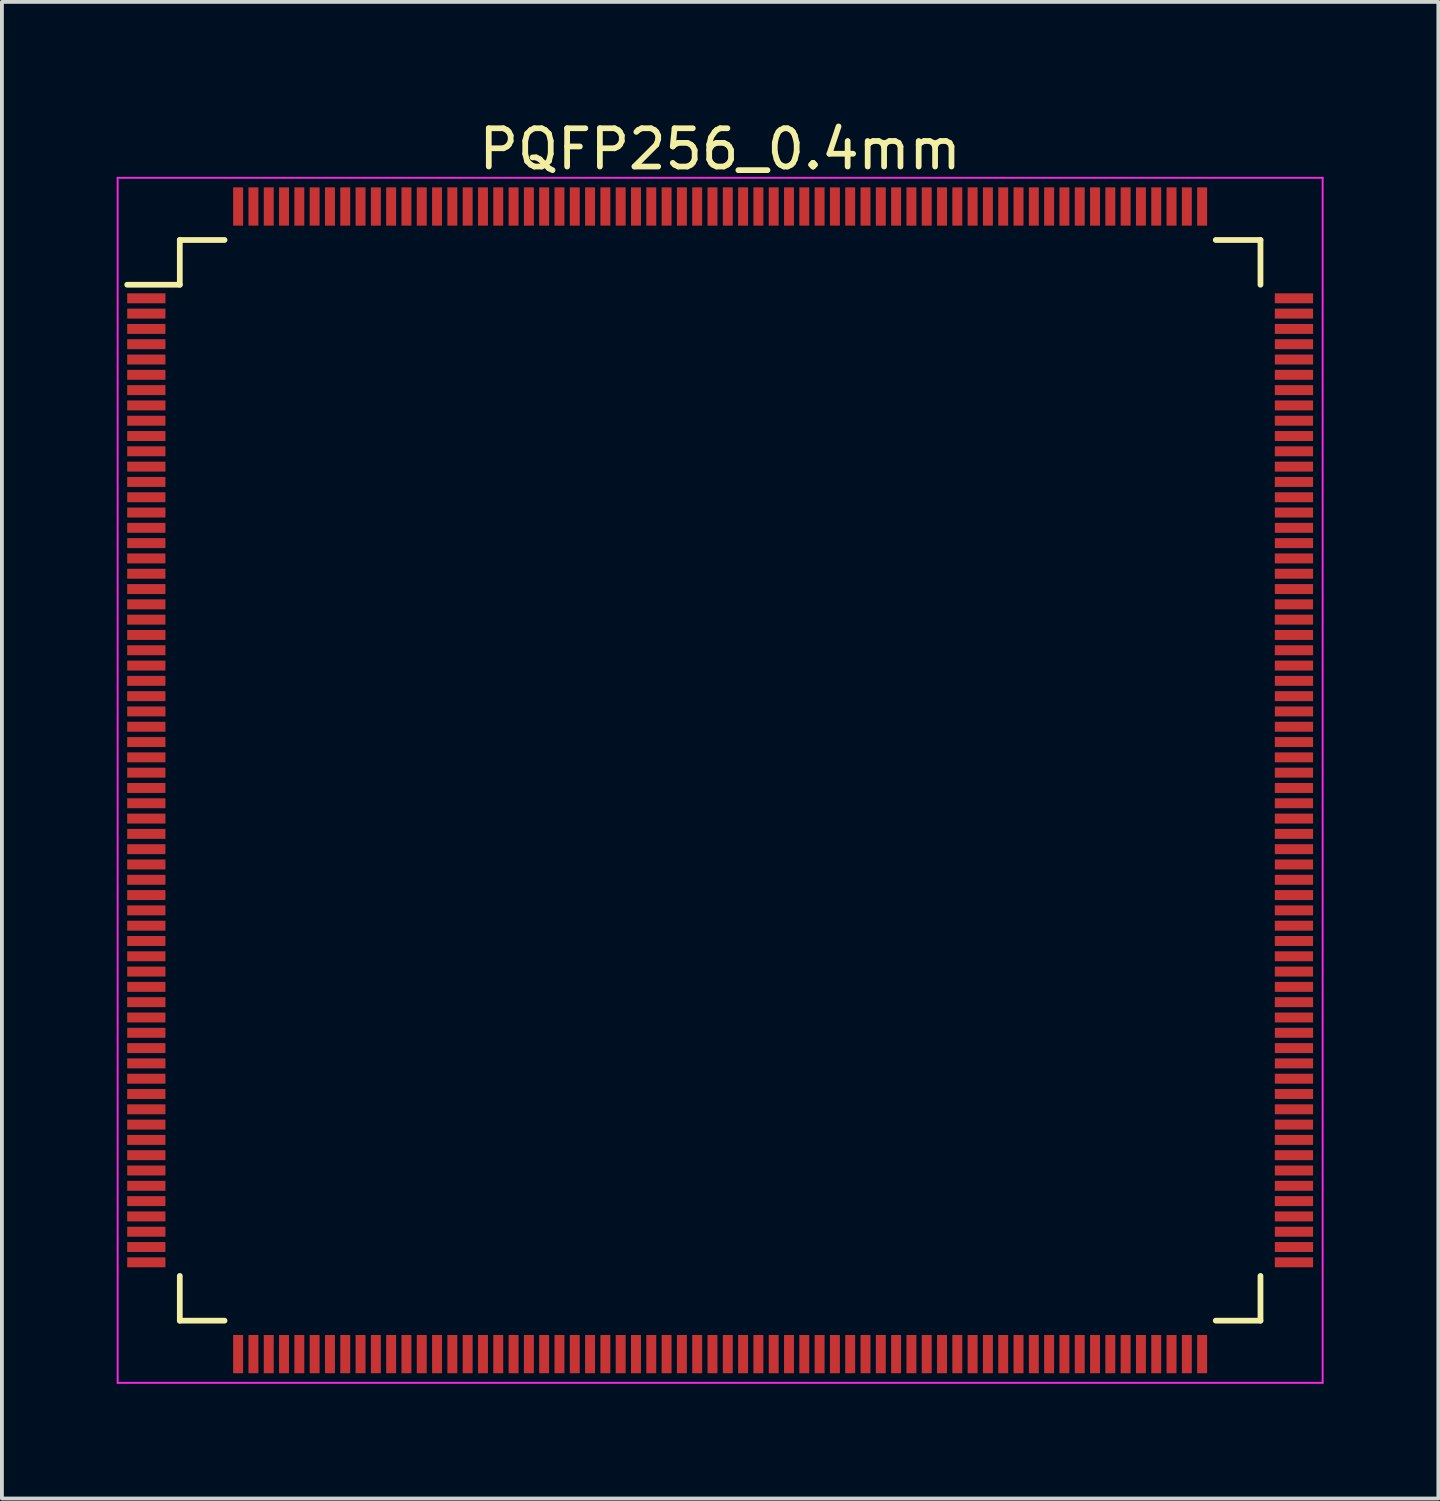
<source format=kicad_pcb>
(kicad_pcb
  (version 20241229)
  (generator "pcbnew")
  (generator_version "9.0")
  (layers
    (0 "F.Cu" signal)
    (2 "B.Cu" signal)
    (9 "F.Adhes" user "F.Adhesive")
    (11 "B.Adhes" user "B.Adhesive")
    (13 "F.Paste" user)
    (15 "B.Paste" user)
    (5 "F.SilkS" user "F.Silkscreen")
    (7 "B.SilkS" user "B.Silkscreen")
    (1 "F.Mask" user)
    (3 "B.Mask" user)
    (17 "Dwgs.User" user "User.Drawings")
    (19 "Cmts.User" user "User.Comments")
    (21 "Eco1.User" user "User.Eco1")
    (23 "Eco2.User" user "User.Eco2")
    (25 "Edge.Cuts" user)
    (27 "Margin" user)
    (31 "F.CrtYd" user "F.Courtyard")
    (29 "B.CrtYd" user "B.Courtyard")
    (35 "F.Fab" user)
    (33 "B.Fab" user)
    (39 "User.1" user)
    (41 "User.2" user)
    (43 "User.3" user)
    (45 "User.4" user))
  (footprint "PQFP256_0.4mm"
    (layer "F.Cu")
    (at 15.775 17.348)
    (property "Reference" "PQFP256_0.4mm" (at 0 -16.5 0) (layer "F.SilkS") (effects (font (size 1 1) (thickness 0.15))))
    (attr smd)
    (fp_line (start -14.125 -14.125) (end -14.125 -12.955) (stroke (width 0.15) (type solid)) (layer "F.SilkS"))
    (fp_line (start -14.125 -14.125) (end -12.955 -14.125) (stroke (width 0.15) (type solid)) (layer "F.SilkS"))
    (fp_line (start -14.125 -12.955) (end -15.5 -12.955) (stroke (width 0.15) (type solid)) (layer "F.SilkS"))
    (fp_line (start -14.125 14.125) (end -14.125 12.955) (stroke (width 0.15) (type solid)) (layer "F.SilkS"))
    (fp_line (start -14.125 14.125) (end -12.955 14.125) (stroke (width 0.15) (type solid)) (layer "F.SilkS"))
    (fp_line (start 14.125 -14.125) (end 12.955 -14.125) (stroke (width 0.15) (type solid)) (layer "F.SilkS"))
    (fp_line (start 14.125 -14.125) (end 14.125 -12.955) (stroke (width 0.15) (type solid)) (layer "F.SilkS"))
    (fp_line (start 14.125 14.125) (end 12.955 14.125) (stroke (width 0.15) (type solid)) (layer "F.SilkS"))
    (fp_line (start 14.125 14.125) (end 14.125 12.955) (stroke (width 0.15) (type solid)) (layer "F.SilkS"))
    (fp_line (start -15.75 -15.75) (end -15.75 15.75) (stroke (width 0.05) (type solid)) (layer "F.CrtYd"))
    (fp_line (start -15.75 -15.75) (end 15.75 -15.75) (stroke (width 0.05) (type solid)) (layer "F.CrtYd"))
    (fp_line (start -15.75 15.75) (end 15.75 15.75) (stroke (width 0.05) (type solid)) (layer "F.CrtYd"))
    (fp_line (start 15.75 -15.75) (end 15.75 15.75) (stroke (width 0.05) (type solid)) (layer "F.CrtYd"))
    (pad "1" smd rect (at -15 -12.6) (size 1 0.26) (layers "F.Cu" "F.Mask" "F.Paste"))
    (pad "2" smd rect (at -15 -12.2) (size 1 0.26) (layers "F.Cu" "F.Mask" "F.Paste"))
    (pad "3" smd rect (at -15 -11.8) (size 1 0.26) (layers "F.Cu" "F.Mask" "F.Paste"))
    (pad "4" smd rect (at -15 -11.4) (size 1 0.26) (layers "F.Cu" "F.Mask" "F.Paste"))
    (pad "5" smd rect (at -15 -11) (size 1 0.26) (layers "F.Cu" "F.Mask" "F.Paste"))
    (pad "6" smd rect (at -15 -10.6) (size 1 0.26) (layers "F.Cu" "F.Mask" "F.Paste"))
    (pad "7" smd rect (at -15 -10.2) (size 1 0.26) (layers "F.Cu" "F.Mask" "F.Paste"))
    (pad "8" smd rect (at -15 -9.8) (size 1 0.26) (layers "F.Cu" "F.Mask" "F.Paste"))
    (pad "9" smd rect (at -15 -9.4) (size 1 0.26) (layers "F.Cu" "F.Mask" "F.Paste"))
    (pad "10" smd rect (at -15 -9) (size 1 0.26) (layers "F.Cu" "F.Mask" "F.Paste"))
    (pad "11" smd rect (at -15 -8.6) (size 1 0.26) (layers "F.Cu" "F.Mask" "F.Paste"))
    (pad "12" smd rect (at -15 -8.2) (size 1 0.26) (layers "F.Cu" "F.Mask" "F.Paste"))
    (pad "13" smd rect (at -15 -7.8) (size 1 0.26) (layers "F.Cu" "F.Mask" "F.Paste"))
    (pad "14" smd rect (at -15 -7.4) (size 1 0.26) (layers "F.Cu" "F.Mask" "F.Paste"))
    (pad "15" smd rect (at -15 -7) (size 1 0.26) (layers "F.Cu" "F.Mask" "F.Paste"))
    (pad "16" smd rect (at -15 -6.6) (size 1 0.26) (layers "F.Cu" "F.Mask" "F.Paste"))
    (pad "17" smd rect (at -15 -6.2) (size 1 0.26) (layers "F.Cu" "F.Mask" "F.Paste"))
    (pad "18" smd rect (at -15 -5.8) (size 1 0.26) (layers "F.Cu" "F.Mask" "F.Paste"))
    (pad "19" smd rect (at -15 -5.4) (size 1 0.26) (layers "F.Cu" "F.Mask" "F.Paste"))
    (pad "20" smd rect (at -15 -5) (size 1 0.26) (layers "F.Cu" "F.Mask" "F.Paste"))
    (pad "21" smd rect (at -15 -4.6) (size 1 0.26) (layers "F.Cu" "F.Mask" "F.Paste"))
    (pad "22" smd rect (at -15 -4.2) (size 1 0.26) (layers "F.Cu" "F.Mask" "F.Paste"))
    (pad "23" smd rect (at -15 -3.8) (size 1 0.26) (layers "F.Cu" "F.Mask" "F.Paste"))
    (pad "24" smd rect (at -15 -3.4) (size 1 0.26) (layers "F.Cu" "F.Mask" "F.Paste"))
    (pad "25" smd rect (at -15 -3) (size 1 0.26) (layers "F.Cu" "F.Mask" "F.Paste"))
    (pad "26" smd rect (at -15 -2.6) (size 1 0.26) (layers "F.Cu" "F.Mask" "F.Paste"))
    (pad "27" smd rect (at -15 -2.2) (size 1 0.26) (layers "F.Cu" "F.Mask" "F.Paste"))
    (pad "28" smd rect (at -15 -1.8) (size 1 0.26) (layers "F.Cu" "F.Mask" "F.Paste"))
    (pad "29" smd rect (at -15 -1.4) (size 1 0.26) (layers "F.Cu" "F.Mask" "F.Paste"))
    (pad "30" smd rect (at -15 -1) (size 1 0.26) (layers "F.Cu" "F.Mask" "F.Paste"))
    (pad "31" smd rect (at -15 -0.6) (size 1 0.26) (layers "F.Cu" "F.Mask" "F.Paste"))
    (pad "32" smd rect (at -15 -0.2) (size 1 0.26) (layers "F.Cu" "F.Mask" "F.Paste"))
    (pad "33" smd rect (at -15 0.2) (size 1 0.26) (layers "F.Cu" "F.Mask" "F.Paste"))
    (pad "34" smd rect (at -15 0.6) (size 1 0.26) (layers "F.Cu" "F.Mask" "F.Paste"))
    (pad "35" smd rect (at -15 1) (size 1 0.26) (layers "F.Cu" "F.Mask" "F.Paste"))
    (pad "36" smd rect (at -15 1.4) (size 1 0.26) (layers "F.Cu" "F.Mask" "F.Paste"))
    (pad "37" smd rect (at -15 1.8) (size 1 0.26) (layers "F.Cu" "F.Mask" "F.Paste"))
    (pad "38" smd rect (at -15 2.2) (size 1 0.26) (layers "F.Cu" "F.Mask" "F.Paste"))
    (pad "39" smd rect (at -15 2.6) (size 1 0.26) (layers "F.Cu" "F.Mask" "F.Paste"))
    (pad "40" smd rect (at -15 3) (size 1 0.26) (layers "F.Cu" "F.Mask" "F.Paste"))
    (pad "41" smd rect (at -15 3.4) (size 1 0.26) (layers "F.Cu" "F.Mask" "F.Paste"))
    (pad "42" smd rect (at -15 3.8) (size 1 0.26) (layers "F.Cu" "F.Mask" "F.Paste"))
    (pad "43" smd rect (at -15 4.2) (size 1 0.26) (layers "F.Cu" "F.Mask" "F.Paste"))
    (pad "44" smd rect (at -15 4.6) (size 1 0.26) (layers "F.Cu" "F.Mask" "F.Paste"))
    (pad "45" smd rect (at -15 5) (size 1 0.26) (layers "F.Cu" "F.Mask" "F.Paste"))
    (pad "46" smd rect (at -15 5.4) (size 1 0.26) (layers "F.Cu" "F.Mask" "F.Paste"))
    (pad "47" smd rect (at -15 5.8) (size 1 0.26) (layers "F.Cu" "F.Mask" "F.Paste"))
    (pad "48" smd rect (at -15 6.2) (size 1 0.26) (layers "F.Cu" "F.Mask" "F.Paste"))
    (pad "49" smd rect (at -15 6.6) (size 1 0.26) (layers "F.Cu" "F.Mask" "F.Paste"))
    (pad "50" smd rect (at -15 7) (size 1 0.26) (layers "F.Cu" "F.Mask" "F.Paste"))
    (pad "51" smd rect (at -15 7.4) (size 1 0.26) (layers "F.Cu" "F.Mask" "F.Paste"))
    (pad "52" smd rect (at -15 7.8) (size 1 0.26) (layers "F.Cu" "F.Mask" "F.Paste"))
    (pad "53" smd rect (at -15 8.2) (size 1 0.26) (layers "F.Cu" "F.Mask" "F.Paste"))
    (pad "54" smd rect (at -15 8.6) (size 1 0.26) (layers "F.Cu" "F.Mask" "F.Paste"))
    (pad "55" smd rect (at -15 9) (size 1 0.26) (layers "F.Cu" "F.Mask" "F.Paste"))
    (pad "56" smd rect (at -15 9.4) (size 1 0.26) (layers "F.Cu" "F.Mask" "F.Paste"))
    (pad "57" smd rect (at -15 9.8) (size 1 0.26) (layers "F.Cu" "F.Mask" "F.Paste"))
    (pad "58" smd rect (at -15 10.2) (size 1 0.26) (layers "F.Cu" "F.Mask" "F.Paste"))
    (pad "59" smd rect (at -15 10.6) (size 1 0.26) (layers "F.Cu" "F.Mask" "F.Paste"))
    (pad "60" smd rect (at -15 11) (size 1 0.26) (layers "F.Cu" "F.Mask" "F.Paste"))
    (pad "61" smd rect (at -15 11.4) (size 1 0.26) (layers "F.Cu" "F.Mask" "F.Paste"))
    (pad "62" smd rect (at -15 11.8) (size 1 0.26) (layers "F.Cu" "F.Mask" "F.Paste"))
    (pad "63" smd rect (at -15 12.2) (size 1 0.26) (layers "F.Cu" "F.Mask" "F.Paste"))
    (pad "64" smd rect (at -15 12.6) (size 1 0.26) (layers "F.Cu" "F.Mask" "F.Paste"))
    (pad "65" smd rect (at -12.6 15 90) (size 1 0.26) (layers "F.Cu" "F.Mask" "F.Paste"))
    (pad "66" smd rect (at -12.2 15 90) (size 1 0.26) (layers "F.Cu" "F.Mask" "F.Paste"))
    (pad "67" smd rect (at -11.8 15 90) (size 1 0.26) (layers "F.Cu" "F.Mask" "F.Paste"))
    (pad "68" smd rect (at -11.4 15 90) (size 1 0.26) (layers "F.Cu" "F.Mask" "F.Paste"))
    (pad "69" smd rect (at -11 15 90) (size 1 0.26) (layers "F.Cu" "F.Mask" "F.Paste"))
    (pad "70" smd rect (at -10.6 15 90) (size 1 0.26) (layers "F.Cu" "F.Mask" "F.Paste"))
    (pad "71" smd rect (at -10.2 15 90) (size 1 0.26) (layers "F.Cu" "F.Mask" "F.Paste"))
    (pad "72" smd rect (at -9.8 15 90) (size 1 0.26) (layers "F.Cu" "F.Mask" "F.Paste"))
    (pad "73" smd rect (at -9.4 15 90) (size 1 0.26) (layers "F.Cu" "F.Mask" "F.Paste"))
    (pad "74" smd rect (at -9 15 90) (size 1 0.26) (layers "F.Cu" "F.Mask" "F.Paste"))
    (pad "75" smd rect (at -8.6 15 90) (size 1 0.26) (layers "F.Cu" "F.Mask" "F.Paste"))
    (pad "76" smd rect (at -8.2 15 90) (size 1 0.26) (layers "F.Cu" "F.Mask" "F.Paste"))
    (pad "77" smd rect (at -7.8 15 90) (size 1 0.26) (layers "F.Cu" "F.Mask" "F.Paste"))
    (pad "78" smd rect (at -7.4 15 90) (size 1 0.26) (layers "F.Cu" "F.Mask" "F.Paste"))
    (pad "79" smd rect (at -7 15 90) (size 1 0.26) (layers "F.Cu" "F.Mask" "F.Paste"))
    (pad "80" smd rect (at -6.6 15 90) (size 1 0.26) (layers "F.Cu" "F.Mask" "F.Paste"))
    (pad "81" smd rect (at -6.2 15 90) (size 1 0.26) (layers "F.Cu" "F.Mask" "F.Paste"))
    (pad "82" smd rect (at -5.8 15 90) (size 1 0.26) (layers "F.Cu" "F.Mask" "F.Paste"))
    (pad "83" smd rect (at -5.4 15 90) (size 1 0.26) (layers "F.Cu" "F.Mask" "F.Paste"))
    (pad "84" smd rect (at -5 15 90) (size 1 0.26) (layers "F.Cu" "F.Mask" "F.Paste"))
    (pad "85" smd rect (at -4.6 15 90) (size 1 0.26) (layers "F.Cu" "F.Mask" "F.Paste"))
    (pad "86" smd rect (at -4.2 15 90) (size 1 0.26) (layers "F.Cu" "F.Mask" "F.Paste"))
    (pad "87" smd rect (at -3.8 15 90) (size 1 0.26) (layers "F.Cu" "F.Mask" "F.Paste"))
    (pad "88" smd rect (at -3.4 15 90) (size 1 0.26) (layers "F.Cu" "F.Mask" "F.Paste"))
    (pad "89" smd rect (at -3 15 90) (size 1 0.26) (layers "F.Cu" "F.Mask" "F.Paste"))
    (pad "90" smd rect (at -2.6 15 90) (size 1 0.26) (layers "F.Cu" "F.Mask" "F.Paste"))
    (pad "91" smd rect (at -2.2 15 90) (size 1 0.26) (layers "F.Cu" "F.Mask" "F.Paste"))
    (pad "92" smd rect (at -1.8 15 90) (size 1 0.26) (layers "F.Cu" "F.Mask" "F.Paste"))
    (pad "93" smd rect (at -1.4 15 90) (size 1 0.26) (layers "F.Cu" "F.Mask" "F.Paste"))
    (pad "94" smd rect (at -1 15 90) (size 1 0.26) (layers "F.Cu" "F.Mask" "F.Paste"))
    (pad "95" smd rect (at -0.6 15 90) (size 1 0.26) (layers "F.Cu" "F.Mask" "F.Paste"))
    (pad "96" smd rect (at -0.2 15 90) (size 1 0.26) (layers "F.Cu" "F.Mask" "F.Paste"))
    (pad "97" smd rect (at 0.2 15 90) (size 1 0.26) (layers "F.Cu" "F.Mask" "F.Paste"))
    (pad "98" smd rect (at 0.6 15 90) (size 1 0.26) (layers "F.Cu" "F.Mask" "F.Paste"))
    (pad "99" smd rect (at 1 15 90) (size 1 0.26) (layers "F.Cu" "F.Mask" "F.Paste"))
    (pad "100" smd rect (at 1.4 15 90) (size 1 0.26) (layers "F.Cu" "F.Mask" "F.Paste"))
    (pad "101" smd rect (at 1.8 15 90) (size 1 0.26) (layers "F.Cu" "F.Mask" "F.Paste"))
    (pad "102" smd rect (at 2.2 15 90) (size 1 0.26) (layers "F.Cu" "F.Mask" "F.Paste"))
    (pad "103" smd rect (at 2.6 15 90) (size 1 0.26) (layers "F.Cu" "F.Mask" "F.Paste"))
    (pad "104" smd rect (at 3 15 90) (size 1 0.26) (layers "F.Cu" "F.Mask" "F.Paste"))
    (pad "105" smd rect (at 3.4 15 90) (size 1 0.26) (layers "F.Cu" "F.Mask" "F.Paste"))
    (pad "106" smd rect (at 3.8 15 90) (size 1 0.26) (layers "F.Cu" "F.Mask" "F.Paste"))
    (pad "107" smd rect (at 4.2 15 90) (size 1 0.26) (layers "F.Cu" "F.Mask" "F.Paste"))
    (pad "108" smd rect (at 4.6 15 90) (size 1 0.26) (layers "F.Cu" "F.Mask" "F.Paste"))
    (pad "109" smd rect (at 5 15 90) (size 1 0.26) (layers "F.Cu" "F.Mask" "F.Paste"))
    (pad "110" smd rect (at 5.4 15 90) (size 1 0.26) (layers "F.Cu" "F.Mask" "F.Paste"))
    (pad "111" smd rect (at 5.8 15 90) (size 1 0.26) (layers "F.Cu" "F.Mask" "F.Paste"))
    (pad "112" smd rect (at 6.2 15 90) (size 1 0.26) (layers "F.Cu" "F.Mask" "F.Paste"))
    (pad "113" smd rect (at 6.6 15 90) (size 1 0.26) (layers "F.Cu" "F.Mask" "F.Paste"))
    (pad "114" smd rect (at 7 15 90) (size 1 0.26) (layers "F.Cu" "F.Mask" "F.Paste"))
    (pad "115" smd rect (at 7.4 15 90) (size 1 0.26) (layers "F.Cu" "F.Mask" "F.Paste"))
    (pad "116" smd rect (at 7.8 15 90) (size 1 0.26) (layers "F.Cu" "F.Mask" "F.Paste"))
    (pad "117" smd rect (at 8.2 15 90) (size 1 0.26) (layers "F.Cu" "F.Mask" "F.Paste"))
    (pad "118" smd rect (at 8.6 15 90) (size 1 0.26) (layers "F.Cu" "F.Mask" "F.Paste"))
    (pad "119" smd rect (at 9 15 90) (size 1 0.26) (layers "F.Cu" "F.Mask" "F.Paste"))
    (pad "120" smd rect (at 9.4 15 90) (size 1 0.26) (layers "F.Cu" "F.Mask" "F.Paste"))
    (pad "121" smd rect (at 9.8 15 90) (size 1 0.26) (layers "F.Cu" "F.Mask" "F.Paste"))
    (pad "122" smd rect (at 10.2 15 90) (size 1 0.26) (layers "F.Cu" "F.Mask" "F.Paste"))
    (pad "123" smd rect (at 10.6 15 90) (size 1 0.26) (layers "F.Cu" "F.Mask" "F.Paste"))
    (pad "124" smd rect (at 11 15 90) (size 1 0.26) (layers "F.Cu" "F.Mask" "F.Paste"))
    (pad "125" smd rect (at 11.4 15 90) (size 1 0.26) (layers "F.Cu" "F.Mask" "F.Paste"))
    (pad "126" smd rect (at 11.8 15 90) (size 1 0.26) (layers "F.Cu" "F.Mask" "F.Paste"))
    (pad "127" smd rect (at 12.2 15 90) (size 1 0.26) (layers "F.Cu" "F.Mask" "F.Paste"))
    (pad "128" smd rect (at 12.6 15 90) (size 1 0.26) (layers "F.Cu" "F.Mask" "F.Paste"))
    (pad "129" smd rect (at 15 12.6) (size 1 0.26) (layers "F.Cu" "F.Mask" "F.Paste"))
    (pad "130" smd rect (at 15 12.2) (size 1 0.26) (layers "F.Cu" "F.Mask" "F.Paste"))
    (pad "131" smd rect (at 15 11.8) (size 1 0.26) (layers "F.Cu" "F.Mask" "F.Paste"))
    (pad "132" smd rect (at 15 11.4) (size 1 0.26) (layers "F.Cu" "F.Mask" "F.Paste"))
    (pad "133" smd rect (at 15 11) (size 1 0.26) (layers "F.Cu" "F.Mask" "F.Paste"))
    (pad "134" smd rect (at 15 10.6) (size 1 0.26) (layers "F.Cu" "F.Mask" "F.Paste"))
    (pad "135" smd rect (at 15 10.2) (size 1 0.26) (layers "F.Cu" "F.Mask" "F.Paste"))
    (pad "136" smd rect (at 15 9.8) (size 1 0.26) (layers "F.Cu" "F.Mask" "F.Paste"))
    (pad "137" smd rect (at 15 9.4) (size 1 0.26) (layers "F.Cu" "F.Mask" "F.Paste"))
    (pad "138" smd rect (at 15 9) (size 1 0.26) (layers "F.Cu" "F.Mask" "F.Paste"))
    (pad "139" smd rect (at 15 8.6) (size 1 0.26) (layers "F.Cu" "F.Mask" "F.Paste"))
    (pad "140" smd rect (at 15 8.2) (size 1 0.26) (layers "F.Cu" "F.Mask" "F.Paste"))
    (pad "141" smd rect (at 15 7.8) (size 1 0.26) (layers "F.Cu" "F.Mask" "F.Paste"))
    (pad "142" smd rect (at 15 7.4) (size 1 0.26) (layers "F.Cu" "F.Mask" "F.Paste"))
    (pad "143" smd rect (at 15 7) (size 1 0.26) (layers "F.Cu" "F.Mask" "F.Paste"))
    (pad "144" smd rect (at 15 6.6) (size 1 0.26) (layers "F.Cu" "F.Mask" "F.Paste"))
    (pad "145" smd rect (at 15 6.2) (size 1 0.26) (layers "F.Cu" "F.Mask" "F.Paste"))
    (pad "146" smd rect (at 15 5.8) (size 1 0.26) (layers "F.Cu" "F.Mask" "F.Paste"))
    (pad "147" smd rect (at 15 5.4) (size 1 0.26) (layers "F.Cu" "F.Mask" "F.Paste"))
    (pad "148" smd rect (at 15 5) (size 1 0.26) (layers "F.Cu" "F.Mask" "F.Paste"))
    (pad "149" smd rect (at 15 4.6) (size 1 0.26) (layers "F.Cu" "F.Mask" "F.Paste"))
    (pad "150" smd rect (at 15 4.2) (size 1 0.26) (layers "F.Cu" "F.Mask" "F.Paste"))
    (pad "151" smd rect (at 15 3.8) (size 1 0.26) (layers "F.Cu" "F.Mask" "F.Paste"))
    (pad "152" smd rect (at 15 3.4) (size 1 0.26) (layers "F.Cu" "F.Mask" "F.Paste"))
    (pad "153" smd rect (at 15 3) (size 1 0.26) (layers "F.Cu" "F.Mask" "F.Paste"))
    (pad "154" smd rect (at 15 2.6) (size 1 0.26) (layers "F.Cu" "F.Mask" "F.Paste"))
    (pad "155" smd rect (at 15 2.2) (size 1 0.26) (layers "F.Cu" "F.Mask" "F.Paste"))
    (pad "156" smd rect (at 15 1.8) (size 1 0.26) (layers "F.Cu" "F.Mask" "F.Paste"))
    (pad "157" smd rect (at 15 1.4) (size 1 0.26) (layers "F.Cu" "F.Mask" "F.Paste"))
    (pad "158" smd rect (at 15 1) (size 1 0.26) (layers "F.Cu" "F.Mask" "F.Paste"))
    (pad "159" smd rect (at 15 0.6) (size 1 0.26) (layers "F.Cu" "F.Mask" "F.Paste"))
    (pad "160" smd rect (at 15 0.2) (size 1 0.26) (layers "F.Cu" "F.Mask" "F.Paste"))
    (pad "161" smd rect (at 15 -0.2) (size 1 0.26) (layers "F.Cu" "F.Mask" "F.Paste"))
    (pad "162" smd rect (at 15 -0.6) (size 1 0.26) (layers "F.Cu" "F.Mask" "F.Paste"))
    (pad "163" smd rect (at 15 -1) (size 1 0.26) (layers "F.Cu" "F.Mask" "F.Paste"))
    (pad "164" smd rect (at 15 -1.4) (size 1 0.26) (layers "F.Cu" "F.Mask" "F.Paste"))
    (pad "165" smd rect (at 15 -1.8) (size 1 0.26) (layers "F.Cu" "F.Mask" "F.Paste"))
    (pad "166" smd rect (at 15 -2.2) (size 1 0.26) (layers "F.Cu" "F.Mask" "F.Paste"))
    (pad "167" smd rect (at 15 -2.6) (size 1 0.26) (layers "F.Cu" "F.Mask" "F.Paste"))
    (pad "168" smd rect (at 15 -3) (size 1 0.26) (layers "F.Cu" "F.Mask" "F.Paste"))
    (pad "169" smd rect (at 15 -3.4) (size 1 0.26) (layers "F.Cu" "F.Mask" "F.Paste"))
    (pad "170" smd rect (at 15 -3.8) (size 1 0.26) (layers "F.Cu" "F.Mask" "F.Paste"))
    (pad "171" smd rect (at 15 -4.2) (size 1 0.26) (layers "F.Cu" "F.Mask" "F.Paste"))
    (pad "172" smd rect (at 15 -4.6) (size 1 0.26) (layers "F.Cu" "F.Mask" "F.Paste"))
    (pad "173" smd rect (at 15 -5) (size 1 0.26) (layers "F.Cu" "F.Mask" "F.Paste"))
    (pad "174" smd rect (at 15 -5.4) (size 1 0.26) (layers "F.Cu" "F.Mask" "F.Paste"))
    (pad "175" smd rect (at 15 -5.8) (size 1 0.26) (layers "F.Cu" "F.Mask" "F.Paste"))
    (pad "176" smd rect (at 15 -6.2) (size 1 0.26) (layers "F.Cu" "F.Mask" "F.Paste"))
    (pad "177" smd rect (at 15 -6.6) (size 1 0.26) (layers "F.Cu" "F.Mask" "F.Paste"))
    (pad "178" smd rect (at 15 -7) (size 1 0.26) (layers "F.Cu" "F.Mask" "F.Paste"))
    (pad "179" smd rect (at 15 -7.4) (size 1 0.26) (layers "F.Cu" "F.Mask" "F.Paste"))
    (pad "180" smd rect (at 15 -7.8) (size 1 0.26) (layers "F.Cu" "F.Mask" "F.Paste"))
    (pad "181" smd rect (at 15 -8.2) (size 1 0.26) (layers "F.Cu" "F.Mask" "F.Paste"))
    (pad "182" smd rect (at 15 -8.6) (size 1 0.26) (layers "F.Cu" "F.Mask" "F.Paste"))
    (pad "183" smd rect (at 15 -9) (size 1 0.26) (layers "F.Cu" "F.Mask" "F.Paste"))
    (pad "184" smd rect (at 15 -9.4) (size 1 0.26) (layers "F.Cu" "F.Mask" "F.Paste"))
    (pad "185" smd rect (at 15 -9.8) (size 1 0.26) (layers "F.Cu" "F.Mask" "F.Paste"))
    (pad "186" smd rect (at 15 -10.2) (size 1 0.26) (layers "F.Cu" "F.Mask" "F.Paste"))
    (pad "187" smd rect (at 15 -10.6) (size 1 0.26) (layers "F.Cu" "F.Mask" "F.Paste"))
    (pad "188" smd rect (at 15 -11) (size 1 0.26) (layers "F.Cu" "F.Mask" "F.Paste"))
    (pad "189" smd rect (at 15 -11.4) (size 1 0.26) (layers "F.Cu" "F.Mask" "F.Paste"))
    (pad "190" smd rect (at 15 -11.8) (size 1 0.26) (layers "F.Cu" "F.Mask" "F.Paste"))
    (pad "191" smd rect (at 15 -12.2) (size 1 0.26) (layers "F.Cu" "F.Mask" "F.Paste"))
    (pad "192" smd rect (at 15 -12.6) (size 1 0.26) (layers "F.Cu" "F.Mask" "F.Paste"))
    (pad "193" smd rect (at 12.6 -15 90) (size 1 0.26) (layers "F.Cu" "F.Mask" "F.Paste"))
    (pad "194" smd rect (at 12.2 -15 90) (size 1 0.26) (layers "F.Cu" "F.Mask" "F.Paste"))
    (pad "195" smd rect (at 11.8 -15 90) (size 1 0.26) (layers "F.Cu" "F.Mask" "F.Paste"))
    (pad "196" smd rect (at 11.4 -15 90) (size 1 0.26) (layers "F.Cu" "F.Mask" "F.Paste"))
    (pad "197" smd rect (at 11 -15 90) (size 1 0.26) (layers "F.Cu" "F.Mask" "F.Paste"))
    (pad "198" smd rect (at 10.6 -15 90) (size 1 0.26) (layers "F.Cu" "F.Mask" "F.Paste"))
    (pad "199" smd rect (at 10.2 -15 90) (size 1 0.26) (layers "F.Cu" "F.Mask" "F.Paste"))
    (pad "200" smd rect (at 9.8 -15 90) (size 1 0.26) (layers "F.Cu" "F.Mask" "F.Paste"))
    (pad "201" smd rect (at 9.4 -15 90) (size 1 0.26) (layers "F.Cu" "F.Mask" "F.Paste"))
    (pad "202" smd rect (at 9 -15 90) (size 1 0.26) (layers "F.Cu" "F.Mask" "F.Paste"))
    (pad "203" smd rect (at 8.6 -15 90) (size 1 0.26) (layers "F.Cu" "F.Mask" "F.Paste"))
    (pad "204" smd rect (at 8.2 -15 90) (size 1 0.26) (layers "F.Cu" "F.Mask" "F.Paste"))
    (pad "205" smd rect (at 7.8 -15 90) (size 1 0.26) (layers "F.Cu" "F.Mask" "F.Paste"))
    (pad "206" smd rect (at 7.4 -15 90) (size 1 0.26) (layers "F.Cu" "F.Mask" "F.Paste"))
    (pad "207" smd rect (at 7 -15 90) (size 1 0.26) (layers "F.Cu" "F.Mask" "F.Paste"))
    (pad "208" smd rect (at 6.6 -15 90) (size 1 0.26) (layers "F.Cu" "F.Mask" "F.Paste"))
    (pad "209" smd rect (at 6.2 -15 90) (size 1 0.26) (layers "F.Cu" "F.Mask" "F.Paste"))
    (pad "210" smd rect (at 5.8 -15 90) (size 1 0.26) (layers "F.Cu" "F.Mask" "F.Paste"))
    (pad "211" smd rect (at 5.4 -15 90) (size 1 0.26) (layers "F.Cu" "F.Mask" "F.Paste"))
    (pad "212" smd rect (at 5 -15 90) (size 1 0.26) (layers "F.Cu" "F.Mask" "F.Paste"))
    (pad "213" smd rect (at 4.6 -15 90) (size 1 0.26) (layers "F.Cu" "F.Mask" "F.Paste"))
    (pad "214" smd rect (at 4.2 -15 90) (size 1 0.26) (layers "F.Cu" "F.Mask" "F.Paste"))
    (pad "215" smd rect (at 3.8 -15 90) (size 1 0.26) (layers "F.Cu" "F.Mask" "F.Paste"))
    (pad "216" smd rect (at 3.4 -15 90) (size 1 0.26) (layers "F.Cu" "F.Mask" "F.Paste"))
    (pad "217" smd rect (at 3 -15 90) (size 1 0.26) (layers "F.Cu" "F.Mask" "F.Paste"))
    (pad "218" smd rect (at 2.6 -15 90) (size 1 0.26) (layers "F.Cu" "F.Mask" "F.Paste"))
    (pad "219" smd rect (at 2.2 -15 90) (size 1 0.26) (layers "F.Cu" "F.Mask" "F.Paste"))
    (pad "220" smd rect (at 1.8 -15 90) (size 1 0.26) (layers "F.Cu" "F.Mask" "F.Paste"))
    (pad "221" smd rect (at 1.4 -15 90) (size 1 0.26) (layers "F.Cu" "F.Mask" "F.Paste"))
    (pad "222" smd rect (at 1 -15 90) (size 1 0.26) (layers "F.Cu" "F.Mask" "F.Paste"))
    (pad "223" smd rect (at 0.6 -15 90) (size 1 0.26) (layers "F.Cu" "F.Mask" "F.Paste"))
    (pad "224" smd rect (at 0.2 -15 90) (size 1 0.26) (layers "F.Cu" "F.Mask" "F.Paste"))
    (pad "225" smd rect (at -0.2 -15 90) (size 1 0.26) (layers "F.Cu" "F.Mask" "F.Paste"))
    (pad "226" smd rect (at -0.6 -15 90) (size 1 0.26) (layers "F.Cu" "F.Mask" "F.Paste"))
    (pad "227" smd rect (at -1 -15 90) (size 1 0.26) (layers "F.Cu" "F.Mask" "F.Paste"))
    (pad "228" smd rect (at -1.4 -15 90) (size 1 0.26) (layers "F.Cu" "F.Mask" "F.Paste"))
    (pad "229" smd rect (at -1.8 -15 90) (size 1 0.26) (layers "F.Cu" "F.Mask" "F.Paste"))
    (pad "230" smd rect (at -2.2 -15 90) (size 1 0.26) (layers "F.Cu" "F.Mask" "F.Paste"))
    (pad "231" smd rect (at -2.6 -15 90) (size 1 0.26) (layers "F.Cu" "F.Mask" "F.Paste"))
    (pad "232" smd rect (at -3 -15 90) (size 1 0.26) (layers "F.Cu" "F.Mask" "F.Paste"))
    (pad "233" smd rect (at -3.4 -15 90) (size 1 0.26) (layers "F.Cu" "F.Mask" "F.Paste"))
    (pad "234" smd rect (at -3.8 -15 90) (size 1 0.26) (layers "F.Cu" "F.Mask" "F.Paste"))
    (pad "235" smd rect (at -4.2 -15 90) (size 1 0.26) (layers "F.Cu" "F.Mask" "F.Paste"))
    (pad "236" smd rect (at -4.6 -15 90) (size 1 0.26) (layers "F.Cu" "F.Mask" "F.Paste"))
    (pad "237" smd rect (at -5 -15 90) (size 1 0.26) (layers "F.Cu" "F.Mask" "F.Paste"))
    (pad "238" smd rect (at -5.4 -15 90) (size 1 0.26) (layers "F.Cu" "F.Mask" "F.Paste"))
    (pad "239" smd rect (at -5.8 -15 90) (size 1 0.26) (layers "F.Cu" "F.Mask" "F.Paste"))
    (pad "240" smd rect (at -6.2 -15 90) (size 1 0.26) (layers "F.Cu" "F.Mask" "F.Paste"))
    (pad "241" smd rect (at -6.6 -15 90) (size 1 0.26) (layers "F.Cu" "F.Mask" "F.Paste"))
    (pad "242" smd rect (at -7 -15 90) (size 1 0.26) (layers "F.Cu" "F.Mask" "F.Paste"))
    (pad "243" smd rect (at -7.4 -15 90) (size 1 0.26) (layers "F.Cu" "F.Mask" "F.Paste"))
    (pad "244" smd rect (at -7.8 -15 90) (size 1 0.26) (layers "F.Cu" "F.Mask" "F.Paste"))
    (pad "245" smd rect (at -8.2 -15 90) (size 1 0.26) (layers "F.Cu" "F.Mask" "F.Paste"))
    (pad "246" smd rect (at -8.6 -15 90) (size 1 0.26) (layers "F.Cu" "F.Mask" "F.Paste"))
    (pad "247" smd rect (at -9 -15 90) (size 1 0.26) (layers "F.Cu" "F.Mask" "F.Paste"))
    (pad "248" smd rect (at -9.4 -15 90) (size 1 0.26) (layers "F.Cu" "F.Mask" "F.Paste"))
    (pad "249" smd rect (at -9.8 -15 90) (size 1 0.26) (layers "F.Cu" "F.Mask" "F.Paste"))
    (pad "250" smd rect (at -10.2 -15 90) (size 1 0.26) (layers "F.Cu" "F.Mask" "F.Paste"))
    (pad "251" smd rect (at -10.6 -15 90) (size 1 0.26) (layers "F.Cu" "F.Mask" "F.Paste"))
    (pad "252" smd rect (at -11 -15 90) (size 1 0.26) (layers "F.Cu" "F.Mask" "F.Paste"))
    (pad "253" smd rect (at -11.4 -15 90) (size 1 0.26) (layers "F.Cu" "F.Mask" "F.Paste"))
    (pad "254" smd rect (at -11.8 -15 90) (size 1 0.26) (layers "F.Cu" "F.Mask" "F.Paste"))
    (pad "255" smd rect (at -12.2 -15 90) (size 1 0.26) (layers "F.Cu" "F.Mask" "F.Paste"))
    (pad "256" smd rect (at -12.6 -15 90) (size 1 0.26) (layers "F.Cu" "F.Mask" "F.Paste")))
  (gr_rect
    (start -3 -3)
    (end 34.55 36.123)
    (stroke (width 0.1) (type default))
    (fill no)
    (layer "Edge.Cuts")))
</source>
